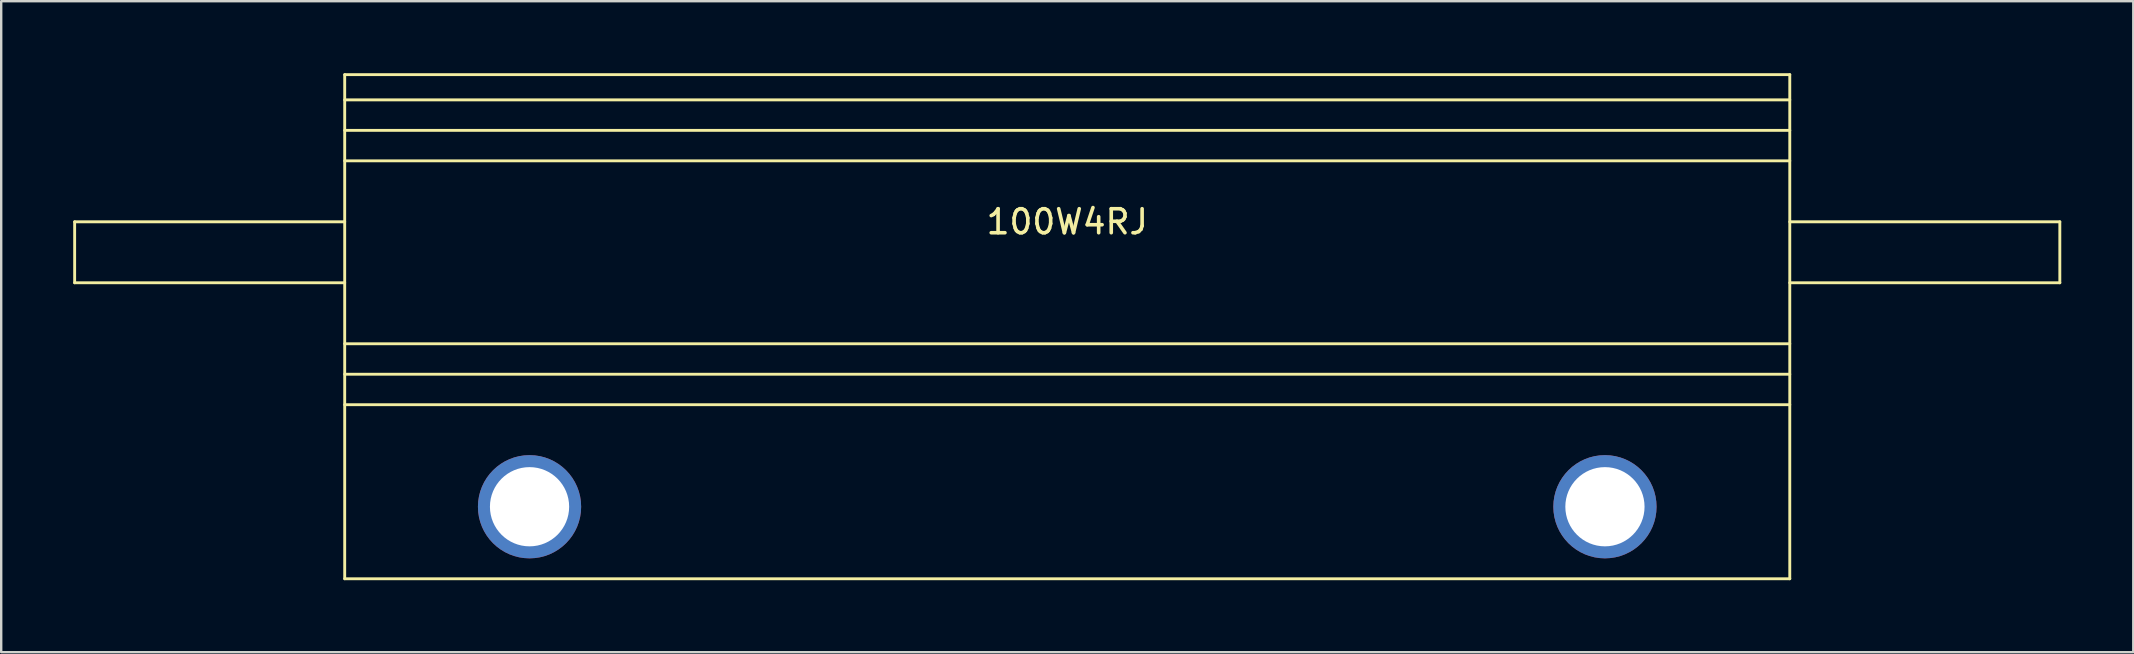
<source format=kicad_pcb>
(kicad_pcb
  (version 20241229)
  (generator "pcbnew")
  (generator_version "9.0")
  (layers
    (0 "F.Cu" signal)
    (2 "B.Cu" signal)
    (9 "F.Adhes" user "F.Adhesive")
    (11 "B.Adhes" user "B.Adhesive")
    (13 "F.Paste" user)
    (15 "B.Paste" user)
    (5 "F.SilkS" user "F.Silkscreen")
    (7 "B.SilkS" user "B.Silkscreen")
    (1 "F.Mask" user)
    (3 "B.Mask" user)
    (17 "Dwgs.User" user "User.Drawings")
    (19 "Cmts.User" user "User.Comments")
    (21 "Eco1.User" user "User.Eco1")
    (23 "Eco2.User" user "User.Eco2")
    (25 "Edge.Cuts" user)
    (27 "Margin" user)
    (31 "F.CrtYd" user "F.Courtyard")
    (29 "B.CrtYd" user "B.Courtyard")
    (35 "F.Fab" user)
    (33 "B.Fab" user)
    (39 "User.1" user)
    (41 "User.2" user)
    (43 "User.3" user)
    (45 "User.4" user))
  (footprint "100W4RJ"
    (layer "F.Cu")
    (at 41.41 7.46)
    (property "Reference" "100W4RJ" (at 0 -1.27 0) (layer "F.SilkS") (effects (font (size 1 1) (thickness 0.15))))
    (attr through_hole)
    (fp_line (start -41.35 -1.27) (end -41.35 1.27) (stroke (width 0.12) (type solid)) (layer "F.SilkS"))
    (fp_line (start -41.35 1.27) (end -30.1 1.27) (stroke (width 0.12) (type solid)) (layer "F.SilkS"))
    (fp_line (start -30.1 -7.4) (end 30.1 -7.4) (stroke (width 0.12) (type solid)) (layer "F.SilkS"))
    (fp_line (start -30.1 -6.35) (end 30.1 -6.35) (stroke (width 0.12) (type solid)) (layer "F.SilkS"))
    (fp_line (start -30.1 -5.08) (end 30.1 -5.08) (stroke (width 0.12) (type solid)) (layer "F.SilkS"))
    (fp_line (start -30.1 -3.81) (end 30.1 -3.81) (stroke (width 0.12) (type solid)) (layer "F.SilkS"))
    (fp_line (start -30.1 -1.27) (end -41.35 -1.27) (stroke (width 0.12) (type solid)) (layer "F.SilkS"))
    (fp_line (start -30.1 3.81) (end 30.1 3.81) (stroke (width 0.12) (type solid)) (layer "F.SilkS"))
    (fp_line (start -30.1 5.08) (end 30.1 5.08) (stroke (width 0.12) (type solid)) (layer "F.SilkS"))
    (fp_line (start -30.1 6.35) (end 30.1 6.35) (stroke (width 0.12) (type solid)) (layer "F.SilkS"))
    (fp_line (start -30.1 13.6) (end -30.1 -7.4) (stroke (width 0.12) (type solid)) (layer "F.SilkS"))
    (fp_line (start 30.1 -7.4) (end 30.1 13.6) (stroke (width 0.12) (type solid)) (layer "F.SilkS"))
    (fp_line (start 30.1 -1.27) (end 41.35 -1.27) (stroke (width 0.12) (type solid)) (layer "F.SilkS"))
    (fp_line (start 30.1 13.6) (end -30.1 13.6) (stroke (width 0.12) (type solid)) (layer "F.SilkS"))
    (fp_line (start 41.35 -1.27) (end 41.35 1.27) (stroke (width 0.12) (type solid)) (layer "F.SilkS"))
    (fp_line (start 41.35 1.27) (end 30.1 1.27) (stroke (width 0.12) (type solid)) (layer "F.SilkS"))
    (pad "1" thru_hole circle (at -22.4 10.6) (size 4.3 4.3) (drill 3.3) (layers "*.Cu" "*.Mask"))
    (pad "2" thru_hole circle (at 22.4 10.6) (size 4.3 4.3) (drill 3.3) (layers "*.Cu" "*.Mask")))
  (gr_rect
    (start -3 -3)
    (end 85.82 24.12)
    (stroke (width 0.1) (type default))
    (fill no)
    (layer "Edge.Cuts")))
</source>
